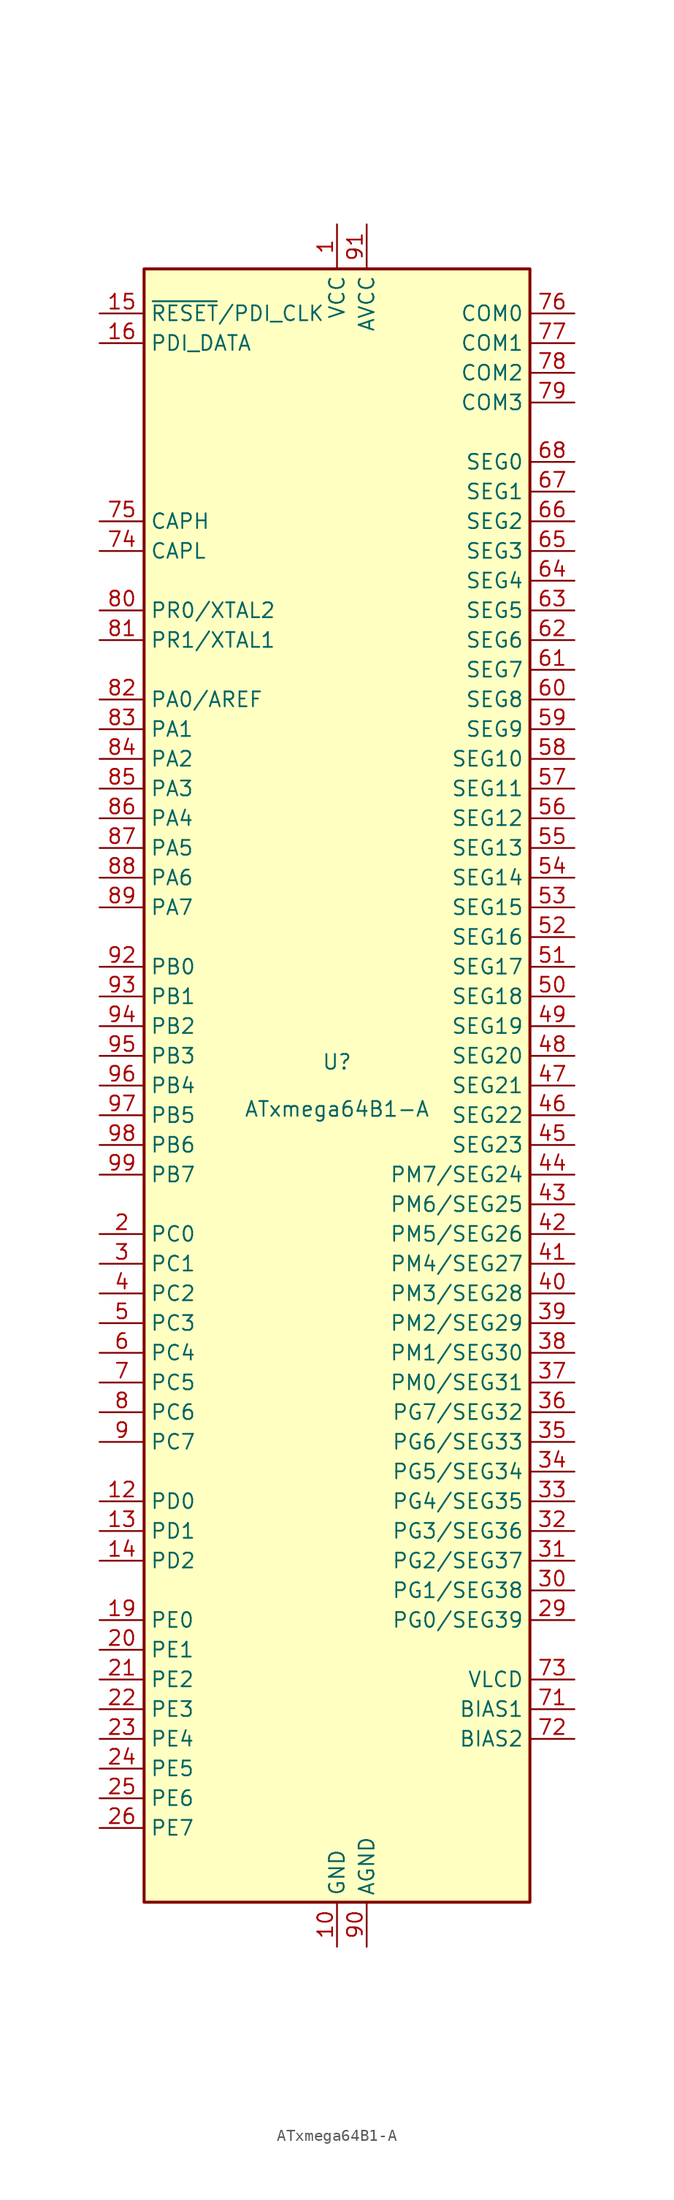
<source format=kicad_sym>
(kicad_symbol_lib
  (version 20211014)
  (generator kicad_symbol_editor)
  (symbol "ATxmega64B1-A"
    (property "Reference" "U"
      (at 0 1.27 0)
      (effects (font (size 1.27 1.27)) (justify bottom)))
    (property "Value" "ATxmega64B1-A"
      (at 0 -1.27 0)
      (effects (font (size 1.27 1.27)) (justify top)))
    (symbol "ATxmega64B1-A_0_1"
      (rectangle (start -16.51 -69.85) (end 16.51 69.85) (stroke (width 0.254) (type default) (color 0 0 0 0)) (fill (type background))))
    (symbol "ATxmega64B1-A_1_1"
      (pin power_in line (at 0 73.66 270) (length 3.81) (name "VCC" (effects (font (size 1.27 1.27)))) (number "1" (effects (font (size 1.27 1.27)))))
      (pin power_in line (at 0 -73.66 90) (length 3.81) (name "GND" (effects (font (size 1.27 1.27)))) (number "10" (effects (font (size 1.27 1.27)))))
      (pin passive line (at 0 -73.66 90) (length 3.81) hide (name "GND" (effects (font (size 1.27 1.27)))) (number "100" (effects (font (size 1.27 1.27)))))
      (pin passive line (at 0 73.66 270) (length 3.81) hide (name "VCC" (effects (font (size 1.27 1.27)))) (number "11" (effects (font (size 1.27 1.27)))))
      (pin bidirectional line (at -20.32 -35.56 0) (length 3.81) (name "PD0" (effects (font (size 1.27 1.27)))) (number "12" (effects (font (size 1.27 1.27)))))
      (pin bidirectional line (at -20.32 -38.1 0) (length 3.81) (name "PD1" (effects (font (size 1.27 1.27)))) (number "13" (effects (font (size 1.27 1.27)))))
      (pin bidirectional line (at -20.32 -40.64 0) (length 3.81) (name "PD2" (effects (font (size 1.27 1.27)))) (number "14" (effects (font (size 1.27 1.27)))))
      (pin input line (at -20.32 66.04 0) (length 3.81) (name "~{RESET}/PDI_CLK" (effects (font (size 1.27 1.27)))) (number "15" (effects (font (size 1.27 1.27)))))
      (pin bidirectional line (at -20.32 63.5 0) (length 3.81) (name "PDI_DATA" (effects (font (size 1.27 1.27)))) (number "16" (effects (font (size 1.27 1.27)))))
      (pin passive line (at 0 -73.66 90) (length 3.81) hide (name "GND" (effects (font (size 1.27 1.27)))) (number "17" (effects (font (size 1.27 1.27)))))
      (pin passive line (at 0 73.66 270) (length 3.81) hide (name "VCC" (effects (font (size 1.27 1.27)))) (number "18" (effects (font (size 1.27 1.27)))))
      (pin bidirectional line (at -20.32 -45.72 0) (length 3.81) (name "PE0" (effects (font (size 1.27 1.27)))) (number "19" (effects (font (size 1.27 1.27)))))
      (pin bidirectional line (at -20.32 -12.7 0) (length 3.81) (name "PC0" (effects (font (size 1.27 1.27)))) (number "2" (effects (font (size 1.27 1.27)))))
      (pin bidirectional line (at -20.32 -48.26 0) (length 3.81) (name "PE1" (effects (font (size 1.27 1.27)))) (number "20" (effects (font (size 1.27 1.27)))))
      (pin bidirectional line (at -20.32 -50.8 0) (length 3.81) (name "PE2" (effects (font (size 1.27 1.27)))) (number "21" (effects (font (size 1.27 1.27)))))
      (pin bidirectional line (at -20.32 -53.34 0) (length 3.81) (name "PE3" (effects (font (size 1.27 1.27)))) (number "22" (effects (font (size 1.27 1.27)))))
      (pin bidirectional line (at -20.32 -55.88 0) (length 3.81) (name "PE4" (effects (font (size 1.27 1.27)))) (number "23" (effects (font (size 1.27 1.27)))))
      (pin bidirectional line (at -20.32 -58.42 0) (length 3.81) (name "PE5" (effects (font (size 1.27 1.27)))) (number "24" (effects (font (size 1.27 1.27)))))
      (pin bidirectional line (at -20.32 -60.96 0) (length 3.81) (name "PE6" (effects (font (size 1.27 1.27)))) (number "25" (effects (font (size 1.27 1.27)))))
      (pin bidirectional line (at -20.32 -63.5 0) (length 3.81) (name "PE7" (effects (font (size 1.27 1.27)))) (number "26" (effects (font (size 1.27 1.27)))))
      (pin passive line (at 0 -73.66 90) (length 3.81) hide (name "GND" (effects (font (size 1.27 1.27)))) (number "27" (effects (font (size 1.27 1.27)))))
      (pin passive line (at 0 73.66 270) (length 3.81) hide (name "VCC" (effects (font (size 1.27 1.27)))) (number "28" (effects (font (size 1.27 1.27)))))
      (pin bidirectional line (at 20.32 -45.72 180) (length 3.81) (name "PG0/SEG39" (effects (font (size 1.27 1.27)))) (number "29" (effects (font (size 1.27 1.27)))))
      (pin bidirectional line (at -20.32 -15.24 0) (length 3.81) (name "PC1" (effects (font (size 1.27 1.27)))) (number "3" (effects (font (size 1.27 1.27)))))
      (pin bidirectional line (at 20.32 -43.18 180) (length 3.81) (name "PG1/SEG38" (effects (font (size 1.27 1.27)))) (number "30" (effects (font (size 1.27 1.27)))))
      (pin bidirectional line (at 20.32 -40.64 180) (length 3.81) (name "PG2/SEG37" (effects (font (size 1.27 1.27)))) (number "31" (effects (font (size 1.27 1.27)))))
      (pin bidirectional line (at 20.32 -38.1 180) (length 3.81) (name "PG3/SEG36" (effects (font (size 1.27 1.27)))) (number "32" (effects (font (size 1.27 1.27)))))
      (pin bidirectional line (at 20.32 -35.56 180) (length 3.81) (name "PG4/SEG35" (effects (font (size 1.27 1.27)))) (number "33" (effects (font (size 1.27 1.27)))))
      (pin bidirectional line (at 20.32 -33.02 180) (length 3.81) (name "PG5/SEG34" (effects (font (size 1.27 1.27)))) (number "34" (effects (font (size 1.27 1.27)))))
      (pin bidirectional line (at 20.32 -30.48 180) (length 3.81) (name "PG6/SEG33" (effects (font (size 1.27 1.27)))) (number "35" (effects (font (size 1.27 1.27)))))
      (pin bidirectional line (at 20.32 -27.94 180) (length 3.81) (name "PG7/SEG32" (effects (font (size 1.27 1.27)))) (number "36" (effects (font (size 1.27 1.27)))))
      (pin bidirectional line (at 20.32 -25.4 180) (length 3.81) (name "PM0/SEG31" (effects (font (size 1.27 1.27)))) (number "37" (effects (font (size 1.27 1.27)))))
      (pin bidirectional line (at 20.32 -22.86 180) (length 3.81) (name "PM1/SEG30" (effects (font (size 1.27 1.27)))) (number "38" (effects (font (size 1.27 1.27)))))
      (pin bidirectional line (at 20.32 -20.32 180) (length 3.81) (name "PM2/SEG29" (effects (font (size 1.27 1.27)))) (number "39" (effects (font (size 1.27 1.27)))))
      (pin bidirectional line (at -20.32 -17.78 0) (length 3.81) (name "PC2" (effects (font (size 1.27 1.27)))) (number "4" (effects (font (size 1.27 1.27)))))
      (pin bidirectional line (at 20.32 -17.78 180) (length 3.81) (name "PM3/SEG28" (effects (font (size 1.27 1.27)))) (number "40" (effects (font (size 1.27 1.27)))))
      (pin bidirectional line (at 20.32 -15.24 180) (length 3.81) (name "PM4/SEG27" (effects (font (size 1.27 1.27)))) (number "41" (effects (font (size 1.27 1.27)))))
      (pin bidirectional line (at 20.32 -12.7 180) (length 3.81) (name "PM5/SEG26" (effects (font (size 1.27 1.27)))) (number "42" (effects (font (size 1.27 1.27)))))
      (pin bidirectional line (at 20.32 -10.16 180) (length 3.81) (name "PM6/SEG25" (effects (font (size 1.27 1.27)))) (number "43" (effects (font (size 1.27 1.27)))))
      (pin bidirectional line (at 20.32 -7.62 180) (length 3.81) (name "PM7/SEG24" (effects (font (size 1.27 1.27)))) (number "44" (effects (font (size 1.27 1.27)))))
      (pin output line (at 20.32 -5.08 180) (length 3.81) (name "SEG23" (effects (font (size 1.27 1.27)))) (number "45" (effects (font (size 1.27 1.27)))))
      (pin output line (at 20.32 -2.54 180) (length 3.81) (name "SEG22" (effects (font (size 1.27 1.27)))) (number "46" (effects (font (size 1.27 1.27)))))
      (pin output line (at 20.32 0 180) (length 3.81) (name "SEG21" (effects (font (size 1.27 1.27)))) (number "47" (effects (font (size 1.27 1.27)))))
      (pin output line (at 20.32 2.54 180) (length 3.81) (name "SEG20" (effects (font (size 1.27 1.27)))) (number "48" (effects (font (size 1.27 1.27)))))
      (pin output line (at 20.32 5.08 180) (length 3.81) (name "SEG19" (effects (font (size 1.27 1.27)))) (number "49" (effects (font (size 1.27 1.27)))))
      (pin bidirectional line (at -20.32 -20.32 0) (length 3.81) (name "PC3" (effects (font (size 1.27 1.27)))) (number "5" (effects (font (size 1.27 1.27)))))
      (pin output line (at 20.32 7.62 180) (length 3.81) (name "SEG18" (effects (font (size 1.27 1.27)))) (number "50" (effects (font (size 1.27 1.27)))))
      (pin output line (at 20.32 10.16 180) (length 3.81) (name "SEG17" (effects (font (size 1.27 1.27)))) (number "51" (effects (font (size 1.27 1.27)))))
      (pin output line (at 20.32 12.7 180) (length 3.81) (name "SEG16" (effects (font (size 1.27 1.27)))) (number "52" (effects (font (size 1.27 1.27)))))
      (pin output line (at 20.32 15.24 180) (length 3.81) (name "SEG15" (effects (font (size 1.27 1.27)))) (number "53" (effects (font (size 1.27 1.27)))))
      (pin output line (at 20.32 17.78 180) (length 3.81) (name "SEG14" (effects (font (size 1.27 1.27)))) (number "54" (effects (font (size 1.27 1.27)))))
      (pin output line (at 20.32 20.32 180) (length 3.81) (name "SEG13" (effects (font (size 1.27 1.27)))) (number "55" (effects (font (size 1.27 1.27)))))
      (pin output line (at 20.32 22.86 180) (length 3.81) (name "SEG12" (effects (font (size 1.27 1.27)))) (number "56" (effects (font (size 1.27 1.27)))))
      (pin output line (at 20.32 25.4 180) (length 3.81) (name "SEG11" (effects (font (size 1.27 1.27)))) (number "57" (effects (font (size 1.27 1.27)))))
      (pin output line (at 20.32 27.94 180) (length 3.81) (name "SEG10" (effects (font (size 1.27 1.27)))) (number "58" (effects (font (size 1.27 1.27)))))
      (pin output line (at 20.32 30.48 180) (length 3.81) (name "SEG9" (effects (font (size 1.27 1.27)))) (number "59" (effects (font (size 1.27 1.27)))))
      (pin bidirectional line (at -20.32 -22.86 0) (length 3.81) (name "PC4" (effects (font (size 1.27 1.27)))) (number "6" (effects (font (size 1.27 1.27)))))
      (pin output line (at 20.32 33.02 180) (length 3.81) (name "SEG8" (effects (font (size 1.27 1.27)))) (number "60" (effects (font (size 1.27 1.27)))))
      (pin output line (at 20.32 35.56 180) (length 3.81) (name "SEG7" (effects (font (size 1.27 1.27)))) (number "61" (effects (font (size 1.27 1.27)))))
      (pin output line (at 20.32 38.1 180) (length 3.81) (name "SEG6" (effects (font (size 1.27 1.27)))) (number "62" (effects (font (size 1.27 1.27)))))
      (pin output line (at 20.32 40.64 180) (length 3.81) (name "SEG5" (effects (font (size 1.27 1.27)))) (number "63" (effects (font (size 1.27 1.27)))))
      (pin output line (at 20.32 43.18 180) (length 3.81) (name "SEG4" (effects (font (size 1.27 1.27)))) (number "64" (effects (font (size 1.27 1.27)))))
      (pin output line (at 20.32 45.72 180) (length 3.81) (name "SEG3" (effects (font (size 1.27 1.27)))) (number "65" (effects (font (size 1.27 1.27)))))
      (pin output line (at 20.32 48.26 180) (length 3.81) (name "SEG2" (effects (font (size 1.27 1.27)))) (number "66" (effects (font (size 1.27 1.27)))))
      (pin output line (at 20.32 50.8 180) (length 3.81) (name "SEG1" (effects (font (size 1.27 1.27)))) (number "67" (effects (font (size 1.27 1.27)))))
      (pin output line (at 20.32 53.34 180) (length 3.81) (name "SEG0" (effects (font (size 1.27 1.27)))) (number "68" (effects (font (size 1.27 1.27)))))
      (pin passive line (at 0 -73.66 90) (length 3.81) hide (name "GND" (effects (font (size 1.27 1.27)))) (number "69" (effects (font (size 1.27 1.27)))))
      (pin bidirectional line (at -20.32 -25.4 0) (length 3.81) (name "PC5" (effects (font (size 1.27 1.27)))) (number "7" (effects (font (size 1.27 1.27)))))
      (pin passive line (at 0 73.66 270) (length 3.81) hide (name "VCC" (effects (font (size 1.27 1.27)))) (number "70" (effects (font (size 1.27 1.27)))))
      (pin power_out line (at 20.32 -53.34 180) (length 3.81) (name "BIAS1" (effects (font (size 1.27 1.27)))) (number "71" (effects (font (size 1.27 1.27)))))
      (pin power_out line (at 20.32 -55.88 180) (length 3.81) (name "BIAS2" (effects (font (size 1.27 1.27)))) (number "72" (effects (font (size 1.27 1.27)))))
      (pin power_out line (at 20.32 -50.8 180) (length 3.81) (name "VLCD" (effects (font (size 1.27 1.27)))) (number "73" (effects (font (size 1.27 1.27)))))
      (pin passive line (at -20.32 45.72 0) (length 3.81) (name "CAPL" (effects (font (size 1.27 1.27)))) (number "74" (effects (font (size 1.27 1.27)))))
      (pin passive line (at -20.32 48.26 0) (length 3.81) (name "CAPH" (effects (font (size 1.27 1.27)))) (number "75" (effects (font (size 1.27 1.27)))))
      (pin output line (at 20.32 66.04 180) (length 3.81) (name "COM0" (effects (font (size 1.27 1.27)))) (number "76" (effects (font (size 1.27 1.27)))))
      (pin output line (at 20.32 63.5 180) (length 3.81) (name "COM1" (effects (font (size 1.27 1.27)))) (number "77" (effects (font (size 1.27 1.27)))))
      (pin output line (at 20.32 60.96 180) (length 3.81) (name "COM2" (effects (font (size 1.27 1.27)))) (number "78" (effects (font (size 1.27 1.27)))))
      (pin output line (at 20.32 58.42 180) (length 3.81) (name "COM3" (effects (font (size 1.27 1.27)))) (number "79" (effects (font (size 1.27 1.27)))))
      (pin bidirectional line (at -20.32 -27.94 0) (length 3.81) (name "PC6" (effects (font (size 1.27 1.27)))) (number "8" (effects (font (size 1.27 1.27)))))
      (pin bidirectional line (at -20.32 40.64 0) (length 3.81) (name "PR0/XTAL2" (effects (font (size 1.27 1.27)))) (number "80" (effects (font (size 1.27 1.27)))))
      (pin bidirectional line (at -20.32 38.1 0) (length 3.81) (name "PR1/XTAL1" (effects (font (size 1.27 1.27)))) (number "81" (effects (font (size 1.27 1.27)))))
      (pin bidirectional line (at -20.32 33.02 0) (length 3.81) (name "PA0/AREF" (effects (font (size 1.27 1.27)))) (number "82" (effects (font (size 1.27 1.27)))))
      (pin bidirectional line (at -20.32 30.48 0) (length 3.81) (name "PA1" (effects (font (size 1.27 1.27)))) (number "83" (effects (font (size 1.27 1.27)))))
      (pin bidirectional line (at -20.32 27.94 0) (length 3.81) (name "PA2" (effects (font (size 1.27 1.27)))) (number "84" (effects (font (size 1.27 1.27)))))
      (pin bidirectional line (at -20.32 25.4 0) (length 3.81) (name "PA3" (effects (font (size 1.27 1.27)))) (number "85" (effects (font (size 1.27 1.27)))))
      (pin bidirectional line (at -20.32 22.86 0) (length 3.81) (name "PA4" (effects (font (size 1.27 1.27)))) (number "86" (effects (font (size 1.27 1.27)))))
      (pin bidirectional line (at -20.32 20.32 0) (length 3.81) (name "PA5" (effects (font (size 1.27 1.27)))) (number "87" (effects (font (size 1.27 1.27)))))
      (pin bidirectional line (at -20.32 17.78 0) (length 3.81) (name "PA6" (effects (font (size 1.27 1.27)))) (number "88" (effects (font (size 1.27 1.27)))))
      (pin bidirectional line (at -20.32 15.24 0) (length 3.81) (name "PA7" (effects (font (size 1.27 1.27)))) (number "89" (effects (font (size 1.27 1.27)))))
      (pin bidirectional line (at -20.32 -30.48 0) (length 3.81) (name "PC7" (effects (font (size 1.27 1.27)))) (number "9" (effects (font (size 1.27 1.27)))))
      (pin power_in line (at 2.54 -73.66 90) (length 3.81) (name "AGND" (effects (font (size 1.27 1.27)))) (number "90" (effects (font (size 1.27 1.27)))))
      (pin power_in line (at 2.54 73.66 270) (length 3.81) (name "AVCC" (effects (font (size 1.27 1.27)))) (number "91" (effects (font (size 1.27 1.27)))))
      (pin bidirectional line (at -20.32 10.16 0) (length 3.81) (name "PB0" (effects (font (size 1.27 1.27)))) (number "92" (effects (font (size 1.27 1.27)))))
      (pin bidirectional line (at -20.32 7.62 0) (length 3.81) (name "PB1" (effects (font (size 1.27 1.27)))) (number "93" (effects (font (size 1.27 1.27)))))
      (pin bidirectional line (at -20.32 5.08 0) (length 3.81) (name "PB2" (effects (font (size 1.27 1.27)))) (number "94" (effects (font (size 1.27 1.27)))))
      (pin bidirectional line (at -20.32 2.54 0) (length 3.81) (name "PB3" (effects (font (size 1.27 1.27)))) (number "95" (effects (font (size 1.27 1.27)))))
      (pin bidirectional line (at -20.32 0 0) (length 3.81) (name "PB4" (effects (font (size 1.27 1.27)))) (number "96" (effects (font (size 1.27 1.27)))))
      (pin bidirectional line (at -20.32 -2.54 0) (length 3.81) (name "PB5" (effects (font (size 1.27 1.27)))) (number "97" (effects (font (size 1.27 1.27)))))
      (pin bidirectional line (at -20.32 -5.08 0) (length 3.81) (name "PB6" (effects (font (size 1.27 1.27)))) (number "98" (effects (font (size 1.27 1.27)))))
      (pin bidirectional line (at -20.32 -7.62 0) (length 3.81) (name "PB7" (effects (font (size 1.27 1.27)))) (number "99" (effects (font (size 1.27 1.27))))))))
</source>
